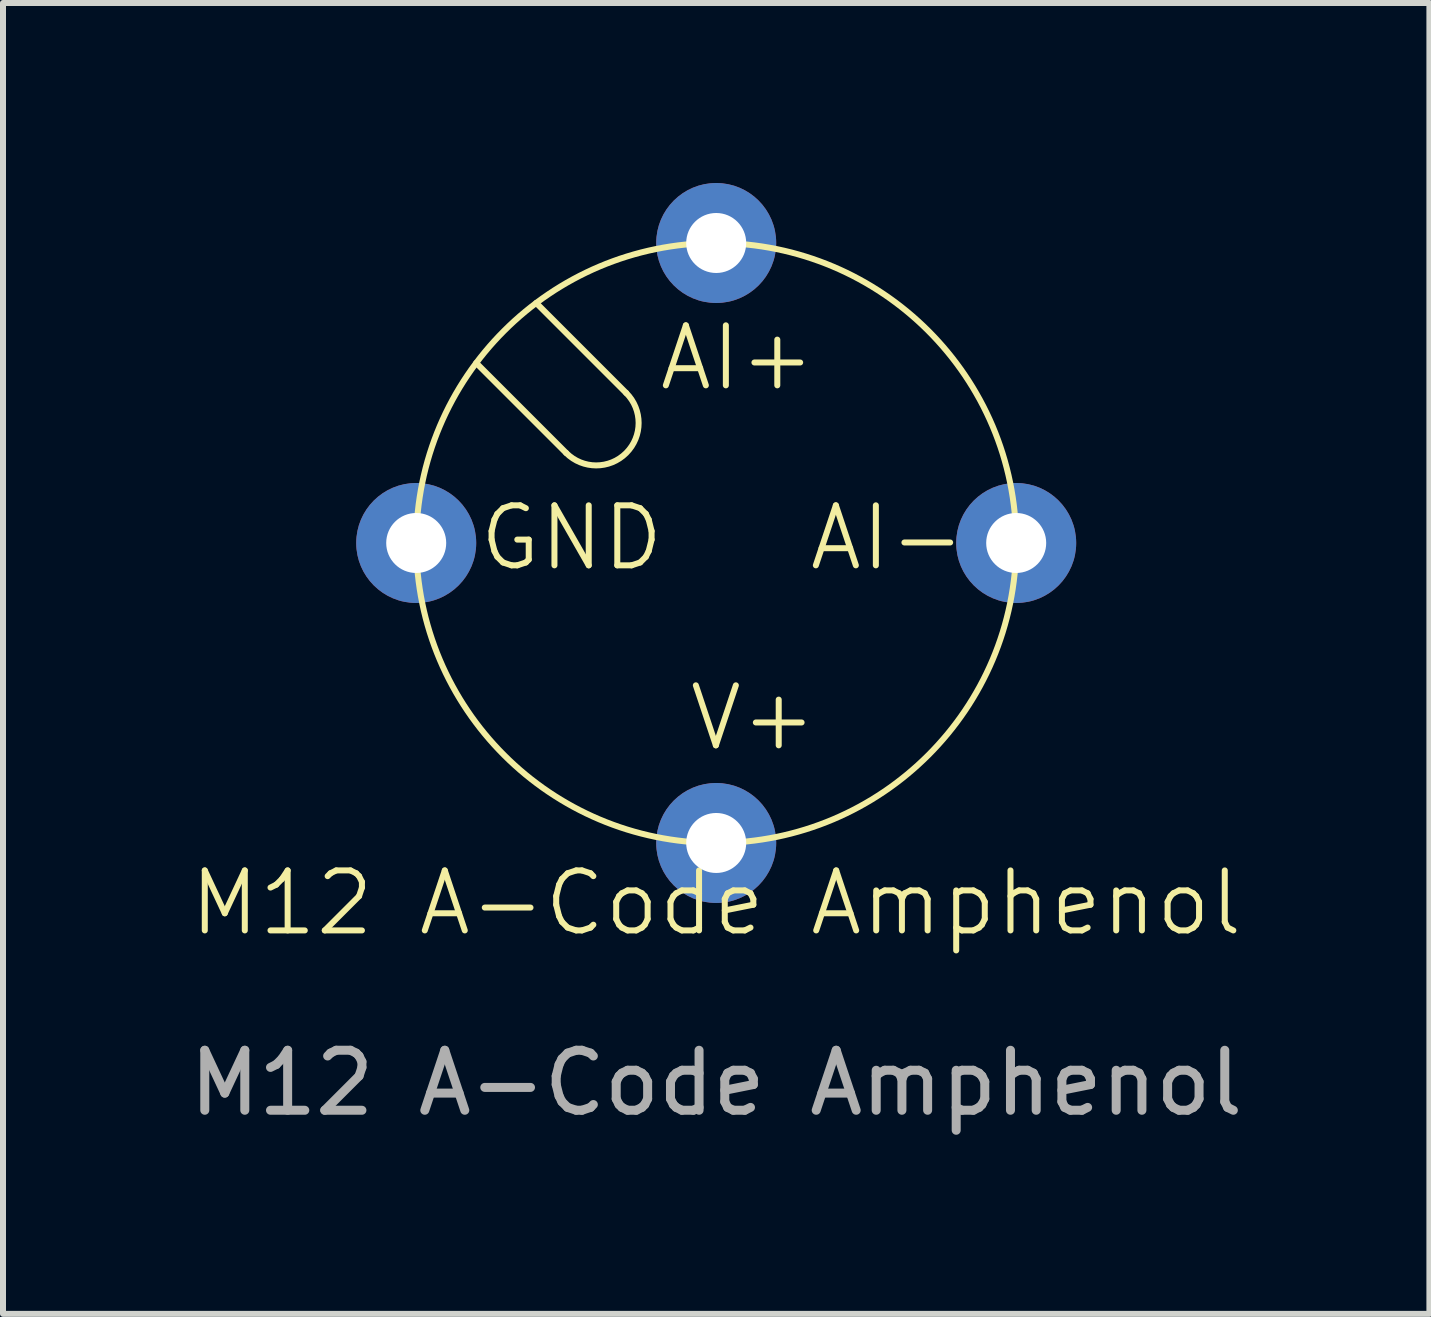
<source format=kicad_pcb>
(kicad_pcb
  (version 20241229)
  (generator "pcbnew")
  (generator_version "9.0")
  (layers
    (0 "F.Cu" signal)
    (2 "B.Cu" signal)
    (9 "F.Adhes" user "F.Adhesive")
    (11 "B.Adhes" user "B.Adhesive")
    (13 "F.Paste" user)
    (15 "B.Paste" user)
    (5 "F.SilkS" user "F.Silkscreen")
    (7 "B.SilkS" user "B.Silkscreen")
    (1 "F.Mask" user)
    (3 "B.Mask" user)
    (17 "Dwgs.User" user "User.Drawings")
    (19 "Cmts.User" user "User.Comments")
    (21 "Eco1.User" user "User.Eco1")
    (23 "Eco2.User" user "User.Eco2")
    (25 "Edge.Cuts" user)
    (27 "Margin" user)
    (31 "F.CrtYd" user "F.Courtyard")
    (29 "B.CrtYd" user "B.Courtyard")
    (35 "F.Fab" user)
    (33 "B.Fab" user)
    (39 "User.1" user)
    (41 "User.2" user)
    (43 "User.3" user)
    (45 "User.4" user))
  (footprint "M12 A-Code Amphenol"
    (layer "F.Cu")
    (at 8.887 6)
    (property "Reference" "M12 A-Code Amphenol" (at 0 6 0) (unlocked yes) (layer "F.SilkS") (effects (font (size 1 1) (thickness 0.1))))
    (attr smd)
    (fp_line (start -2.5 -1.5) (end -4 -3) (stroke (width 0.1) (type default)) (layer "F.SilkS"))
    (fp_line (start -1.5 -2.5) (end -3 -4) (stroke (width 0.1) (type default)) (layer "F.SilkS"))
    (fp_arc (start -1.5 -2.5) (mid -1.5 -1.5) (end -2.5 -1.5) (stroke (width 0.1) (type default)) (layer "F.SilkS"))
    (fp_circle (center 0 0) (end 5 0) (stroke (width 0.1) (type solid)) (fill no) (layer "F.SilkS"))
    (fp_text user "AI-" (at 1.5 0.5 0) (unlocked yes) (layer "F.SilkS") (effects (font (size 1 1) (thickness 0.1)) (justify left bottom)))
    (fp_text user "V+" (at -0.5 3.5 0) (unlocked yes) (layer "F.SilkS") (effects (font (size 1 1) (thickness 0.1)) (justify left bottom)))
    (fp_text user "GND" (at -4 0.5 0) (unlocked yes) (layer "F.SilkS") (effects (font (size 1 1) (thickness 0.1)) (justify left bottom)))
    (fp_text user "AI+" (at -1 -2.5 0) (unlocked yes) (layer "F.SilkS") (effects (font (size 1 1) (thickness 0.1)) (justify left bottom)))
    (fp_text user "${REFERENCE}" (at 0 9 0) (unlocked yes) (layer "F.Fab") (effects (font (size 1 1) (thickness 0.15))))
    (pad "1" thru_hole circle (at 0 -5) (size 2 2) (drill 1) (layers "*.Cu" "*.Mask"))
    (pad "2" thru_hole circle (at 5 0) (size 2 2) (drill 1) (layers "*.Cu" "*.Mask"))
    (pad "3" thru_hole circle (at 0 5) (size 2 2) (drill 1) (layers "*.Cu" "*.Mask"))
    (pad "4" thru_hole circle (at -5 0) (size 2 2) (drill 1) (layers "*.Cu" "*.Mask")))
  (gr_rect
    (start -3 -3)
    (end 20.774 18.848)
    (stroke (width 0.1) (type default))
    (fill no)
    (layer "Edge.Cuts")))
</source>
